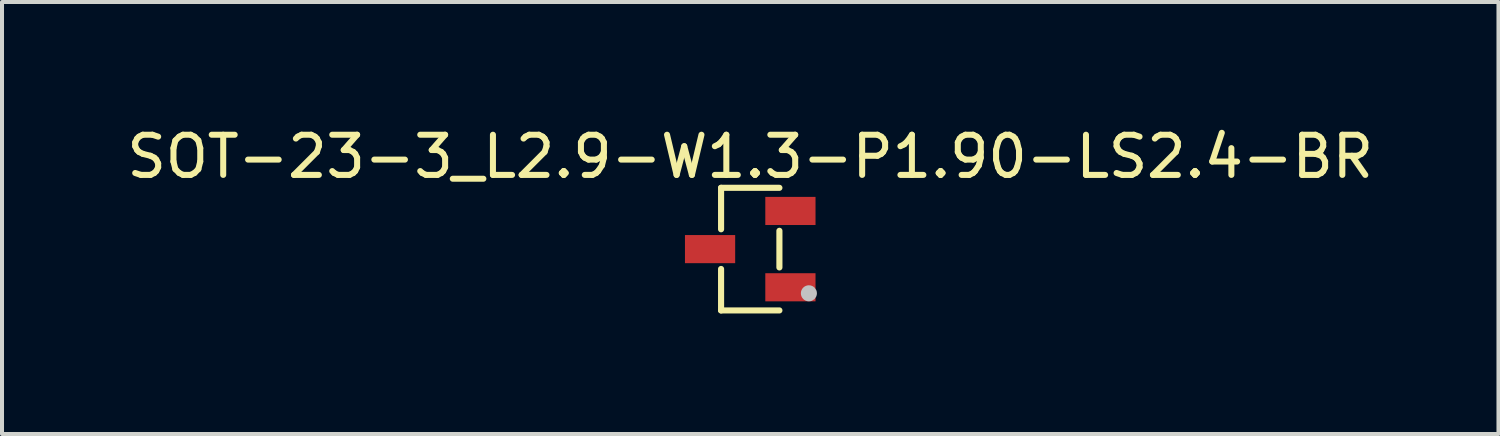
<source format=kicad_pcb>
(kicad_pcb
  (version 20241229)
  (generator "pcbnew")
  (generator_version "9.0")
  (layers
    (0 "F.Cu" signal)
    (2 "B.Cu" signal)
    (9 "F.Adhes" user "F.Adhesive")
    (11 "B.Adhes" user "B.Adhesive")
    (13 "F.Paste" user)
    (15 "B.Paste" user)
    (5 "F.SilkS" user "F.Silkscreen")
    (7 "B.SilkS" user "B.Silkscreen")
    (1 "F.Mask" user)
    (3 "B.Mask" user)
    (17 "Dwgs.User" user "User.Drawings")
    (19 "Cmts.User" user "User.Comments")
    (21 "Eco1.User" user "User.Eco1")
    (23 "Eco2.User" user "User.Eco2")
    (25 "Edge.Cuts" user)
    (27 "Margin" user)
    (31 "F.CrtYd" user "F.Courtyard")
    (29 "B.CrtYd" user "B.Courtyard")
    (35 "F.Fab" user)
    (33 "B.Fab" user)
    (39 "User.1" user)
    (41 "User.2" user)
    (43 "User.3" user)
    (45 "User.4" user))
  (footprint "SOT-23-3_L2.9-W1.3-P1.90-LS2.4-BR"
    (layer "F.Cu")
    (at 15.625 3.151)
    (property "Reference" "SOT-23-3_L2.9-W1.3-P1.90-LS2.4-BR" (at 0 -2.302 0) (layer "F.SilkS") (effects (font (size 1 1) (thickness 0.15))))
    (fp_line (start -0.726 -1.526) (end -0.726 -0.494) (stroke (width 0.152) (type default)) (layer "F.SilkS"))
    (fp_line (start -0.726 1.526) (end -0.726 0.494) (stroke (width 0.152) (type default)) (layer "F.SilkS"))
    (fp_line (start 0.726 -1.526) (end -0.726 -1.526) (stroke (width 0.152) (type default)) (layer "F.SilkS"))
    (fp_line (start 0.726 -0.456) (end 0.726 0.456) (stroke (width 0.152) (type default)) (layer "F.SilkS"))
    (fp_line (start 0.726 1.526) (end -0.726 1.526) (stroke (width 0.152) (type default)) (layer "F.SilkS"))
    (fp_circle (center 1.46 1.1) (end 1.56 1.1) (stroke (width 0.2) (type default)) (fill no) (layer "Dwgs.User"))
    (fp_poly (pts (xy -1.2 0.215) (xy -1.2 -0.215) (xy -0.9 -0.215) (xy -0.9 0.215)) (stroke (width 0.1) (type default)) (fill no) (layer "User.1"))
    (fp_poly (pts (xy -0.91 0.215) (xy -0.91 -0.215) (xy -0.64 -0.215) (xy -0.64 0.215)) (stroke (width 0.1) (type default)) (fill no) (layer "User.1"))
    (fp_poly (pts (xy 0.64 -0.735) (xy 0.64 -1.165) (xy 0.91 -1.165) (xy 0.91 -0.735)) (stroke (width 0.1) (type default)) (fill no) (layer "User.1"))
    (fp_poly (pts (xy 0.64 1.165) (xy 0.64 0.735) (xy 0.91 0.735) (xy 0.91 1.165)) (stroke (width 0.1) (type default)) (fill no) (layer "User.1"))
    (fp_poly (pts (xy 0.9 -0.735) (xy 0.9 -1.165) (xy 1.2 -1.165) (xy 1.2 -0.735)) (stroke (width 0.1) (type default)) (fill no) (layer "User.1"))
    (fp_poly (pts (xy 0.9 1.165) (xy 0.9 0.735) (xy 1.2 0.735) (xy 1.2 1.165)) (stroke (width 0.1) (type default)) (fill no) (layer "User.1"))
    (fp_line (start -0.65 -1.45) (end 0.65 -1.45) (stroke (width 0.051) (type default)) (layer "User.2"))
    (fp_line (start -0.65 1.45) (end -0.65 -1.45) (stroke (width 0.051) (type default)) (layer "User.2"))
    (fp_line (start 0.65 -1.45) (end 0.65 1.45) (stroke (width 0.051) (type default)) (layer "User.2"))
    (fp_line (start 0.65 1.45) (end -0.65 1.45) (stroke (width 0.051) (type default)) (layer "User.2"))
    (fp_poly (pts (xy 1.26 1.45) (xy 1.242 1.408) (xy 1.2 1.39) (xy 1.158 1.408) (xy 1.14 1.45) (xy 1.158 1.492) (xy 1.2 1.51) (xy 1.242 1.492)) (stroke (width 0.1) (type default)) (fill no) (layer "User.3"))
    (pad "1" smd rect (at 1 0.95) (size 1.25 0.7) (layers "F.Cu" "F.Mask" "F.Paste"))
    (pad "2" smd rect (at 1 -0.95) (size 1.25 0.7) (layers "F.Cu" "F.Mask" "F.Paste"))
    (pad "3" smd rect (at -1 0) (size 1.25 0.7) (layers "F.Cu" "F.Mask" "F.Paste")))
  (gr_rect
    (start -3 -3)
    (end 34.25 7.753)
    (stroke (width 0.1) (type default))
    (fill no)
    (layer "Edge.Cuts")))
</source>
